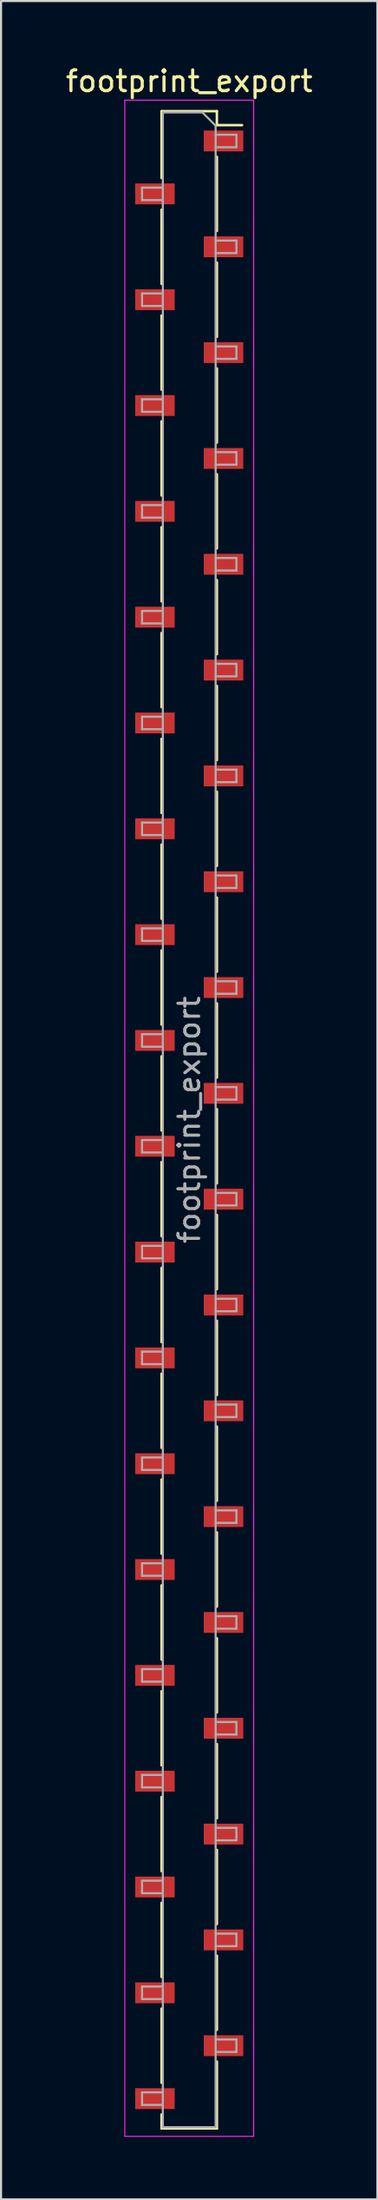
<source format=kicad_pcb>
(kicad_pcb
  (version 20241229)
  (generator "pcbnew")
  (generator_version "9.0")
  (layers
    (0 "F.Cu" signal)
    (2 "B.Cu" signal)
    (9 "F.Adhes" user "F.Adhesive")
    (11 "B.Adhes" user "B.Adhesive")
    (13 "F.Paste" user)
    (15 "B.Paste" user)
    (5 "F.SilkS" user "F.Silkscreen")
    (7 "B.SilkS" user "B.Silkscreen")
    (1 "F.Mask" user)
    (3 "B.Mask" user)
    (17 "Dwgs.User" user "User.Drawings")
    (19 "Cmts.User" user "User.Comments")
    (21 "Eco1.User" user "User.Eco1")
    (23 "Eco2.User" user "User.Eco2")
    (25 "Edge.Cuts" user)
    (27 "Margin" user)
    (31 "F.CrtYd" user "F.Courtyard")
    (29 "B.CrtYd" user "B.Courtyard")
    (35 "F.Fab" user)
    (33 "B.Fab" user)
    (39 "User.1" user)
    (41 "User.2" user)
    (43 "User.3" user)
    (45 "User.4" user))
  (footprint "footprint_export"
    (layer "F.Cu")
    (at 6.054 50.708)
    (property "Reference" "footprint_export" (at 0 -49.86 0) (layer "F.SilkS") (effects (font (size 1 1) (thickness 0.15))))
    (attr smd)
    (fp_line (start -1.33 -48.42) (end -1.33 -45.21) (stroke (width 0.12) (type solid)) (layer "F.SilkS"))
    (fp_line (start -1.33 -48.42) (end 1.33 -48.42) (stroke (width 0.12) (type solid)) (layer "F.SilkS"))
    (fp_line (start -1.33 -43.69) (end -1.33 -40.13) (stroke (width 0.12) (type solid)) (layer "F.SilkS"))
    (fp_line (start -1.33 -38.61) (end -1.33 -35.05) (stroke (width 0.12) (type solid)) (layer "F.SilkS"))
    (fp_line (start -1.33 -33.53) (end -1.33 -29.97) (stroke (width 0.12) (type solid)) (layer "F.SilkS"))
    (fp_line (start -1.33 -28.45) (end -1.33 -24.89) (stroke (width 0.12) (type solid)) (layer "F.SilkS"))
    (fp_line (start -1.33 -23.37) (end -1.33 -19.81) (stroke (width 0.12) (type solid)) (layer "F.SilkS"))
    (fp_line (start -1.33 -18.29) (end -1.33 -14.73) (stroke (width 0.12) (type solid)) (layer "F.SilkS"))
    (fp_line (start -1.33 -13.21) (end -1.33 -9.65) (stroke (width 0.12) (type solid)) (layer "F.SilkS"))
    (fp_line (start -1.33 -8.13) (end -1.33 -4.57) (stroke (width 0.12) (type solid)) (layer "F.SilkS"))
    (fp_line (start -1.33 -3.05) (end -1.33 0.51) (stroke (width 0.12) (type solid)) (layer "F.SilkS"))
    (fp_line (start -1.33 2.03) (end -1.33 5.59) (stroke (width 0.12) (type solid)) (layer "F.SilkS"))
    (fp_line (start -1.33 7.11) (end -1.33 10.67) (stroke (width 0.12) (type solid)) (layer "F.SilkS"))
    (fp_line (start -1.33 12.19) (end -1.33 15.75) (stroke (width 0.12) (type solid)) (layer "F.SilkS"))
    (fp_line (start -1.33 17.27) (end -1.33 20.83) (stroke (width 0.12) (type solid)) (layer "F.SilkS"))
    (fp_line (start -1.33 22.35) (end -1.33 25.91) (stroke (width 0.12) (type solid)) (layer "F.SilkS"))
    (fp_line (start -1.33 27.43) (end -1.33 30.99) (stroke (width 0.12) (type solid)) (layer "F.SilkS"))
    (fp_line (start -1.33 32.51) (end -1.33 36.07) (stroke (width 0.12) (type solid)) (layer "F.SilkS"))
    (fp_line (start -1.33 37.59) (end -1.33 41.15) (stroke (width 0.12) (type solid)) (layer "F.SilkS"))
    (fp_line (start -1.33 42.67) (end -1.33 46.23) (stroke (width 0.12) (type solid)) (layer "F.SilkS"))
    (fp_line (start -1.33 47.75) (end -1.33 48.42) (stroke (width 0.12) (type solid)) (layer "F.SilkS"))
    (fp_line (start -1.33 48.42) (end 1.33 48.42) (stroke (width 0.12) (type solid)) (layer "F.SilkS"))
    (fp_line (start 1.33 -48.42) (end 1.33 -47.75) (stroke (width 0.12) (type solid)) (layer "F.SilkS"))
    (fp_line (start 1.33 -47.75) (end 2.54 -47.75) (stroke (width 0.12) (type solid)) (layer "F.SilkS"))
    (fp_line (start 1.33 -46.23) (end 1.33 -42.67) (stroke (width 0.12) (type solid)) (layer "F.SilkS"))
    (fp_line (start 1.33 -41.15) (end 1.33 -37.59) (stroke (width 0.12) (type solid)) (layer "F.SilkS"))
    (fp_line (start 1.33 -36.07) (end 1.33 -32.51) (stroke (width 0.12) (type solid)) (layer "F.SilkS"))
    (fp_line (start 1.33 -30.99) (end 1.33 -27.43) (stroke (width 0.12) (type solid)) (layer "F.SilkS"))
    (fp_line (start 1.33 -25.91) (end 1.33 -22.35) (stroke (width 0.12) (type solid)) (layer "F.SilkS"))
    (fp_line (start 1.33 -20.83) (end 1.33 -17.27) (stroke (width 0.12) (type solid)) (layer "F.SilkS"))
    (fp_line (start 1.33 -15.75) (end 1.33 -12.19) (stroke (width 0.12) (type solid)) (layer "F.SilkS"))
    (fp_line (start 1.33 -10.67) (end 1.33 -7.11) (stroke (width 0.12) (type solid)) (layer "F.SilkS"))
    (fp_line (start 1.33 -5.59) (end 1.33 -2.03) (stroke (width 0.12) (type solid)) (layer "F.SilkS"))
    (fp_line (start 1.33 -0.51) (end 1.33 3.05) (stroke (width 0.12) (type solid)) (layer "F.SilkS"))
    (fp_line (start 1.33 4.57) (end 1.33 8.13) (stroke (width 0.12) (type solid)) (layer "F.SilkS"))
    (fp_line (start 1.33 9.65) (end 1.33 13.21) (stroke (width 0.12) (type solid)) (layer "F.SilkS"))
    (fp_line (start 1.33 14.73) (end 1.33 18.29) (stroke (width 0.12) (type solid)) (layer "F.SilkS"))
    (fp_line (start 1.33 19.81) (end 1.33 23.37) (stroke (width 0.12) (type solid)) (layer "F.SilkS"))
    (fp_line (start 1.33 24.89) (end 1.33 28.45) (stroke (width 0.12) (type solid)) (layer "F.SilkS"))
    (fp_line (start 1.33 29.97) (end 1.33 33.53) (stroke (width 0.12) (type solid)) (layer "F.SilkS"))
    (fp_line (start 1.33 35.05) (end 1.33 38.61) (stroke (width 0.12) (type solid)) (layer "F.SilkS"))
    (fp_line (start 1.33 40.13) (end 1.33 43.69) (stroke (width 0.12) (type solid)) (layer "F.SilkS"))
    (fp_line (start 1.33 45.21) (end 1.33 48.42) (stroke (width 0.12) (type solid)) (layer "F.SilkS"))
    (fp_line (start -3.1 -48.95) (end 3.1 -48.95) (stroke (width 0.05) (type solid)) (layer "F.CrtYd"))
    (fp_line (start -3.1 48.8) (end -3.1 -48.95) (stroke (width 0.05) (type solid)) (layer "F.CrtYd"))
    (fp_line (start 3.1 -48.95) (end 3.1 48.8) (stroke (width 0.05) (type solid)) (layer "F.CrtYd"))
    (fp_line (start 3.1 48.8) (end -3.1 48.8) (stroke (width 0.05) (type solid)) (layer "F.CrtYd"))
    (fp_line (start -2.27 -44.75) (end -1.27 -44.75) (stroke (width 0.1) (type solid)) (layer "F.Fab"))
    (fp_line (start -2.27 -44.15) (end -2.27 -44.75) (stroke (width 0.1) (type solid)) (layer "F.Fab"))
    (fp_line (start -2.27 -39.67) (end -1.27 -39.67) (stroke (width 0.1) (type solid)) (layer "F.Fab"))
    (fp_line (start -2.27 -39.07) (end -2.27 -39.67) (stroke (width 0.1) (type solid)) (layer "F.Fab"))
    (fp_line (start -2.27 -34.59) (end -1.27 -34.59) (stroke (width 0.1) (type solid)) (layer "F.Fab"))
    (fp_line (start -2.27 -33.99) (end -2.27 -34.59) (stroke (width 0.1) (type solid)) (layer "F.Fab"))
    (fp_line (start -2.27 -29.51) (end -1.27 -29.51) (stroke (width 0.1) (type solid)) (layer "F.Fab"))
    (fp_line (start -2.27 -28.91) (end -2.27 -29.51) (stroke (width 0.1) (type solid)) (layer "F.Fab"))
    (fp_line (start -2.27 -24.43) (end -1.27 -24.43) (stroke (width 0.1) (type solid)) (layer "F.Fab"))
    (fp_line (start -2.27 -23.83) (end -2.27 -24.43) (stroke (width 0.1) (type solid)) (layer "F.Fab"))
    (fp_line (start -2.27 -19.35) (end -1.27 -19.35) (stroke (width 0.1) (type solid)) (layer "F.Fab"))
    (fp_line (start -2.27 -18.75) (end -2.27 -19.35) (stroke (width 0.1) (type solid)) (layer "F.Fab"))
    (fp_line (start -2.27 -14.27) (end -1.27 -14.27) (stroke (width 0.1) (type solid)) (layer "F.Fab"))
    (fp_line (start -2.27 -13.67) (end -2.27 -14.27) (stroke (width 0.1) (type solid)) (layer "F.Fab"))
    (fp_line (start -2.27 -9.19) (end -1.27 -9.19) (stroke (width 0.1) (type solid)) (layer "F.Fab"))
    (fp_line (start -2.27 -8.59) (end -2.27 -9.19) (stroke (width 0.1) (type solid)) (layer "F.Fab"))
    (fp_line (start -2.27 -4.11) (end -1.27 -4.11) (stroke (width 0.1) (type solid)) (layer "F.Fab"))
    (fp_line (start -2.27 -3.51) (end -2.27 -4.11) (stroke (width 0.1) (type solid)) (layer "F.Fab"))
    (fp_line (start -2.27 0.97) (end -1.27 0.97) (stroke (width 0.1) (type solid)) (layer "F.Fab"))
    (fp_line (start -2.27 1.57) (end -2.27 0.97) (stroke (width 0.1) (type solid)) (layer "F.Fab"))
    (fp_line (start -2.27 6.05) (end -1.27 6.05) (stroke (width 0.1) (type solid)) (layer "F.Fab"))
    (fp_line (start -2.27 6.65) (end -2.27 6.05) (stroke (width 0.1) (type solid)) (layer "F.Fab"))
    (fp_line (start -2.27 11.13) (end -1.27 11.13) (stroke (width 0.1) (type solid)) (layer "F.Fab"))
    (fp_line (start -2.27 11.73) (end -2.27 11.13) (stroke (width 0.1) (type solid)) (layer "F.Fab"))
    (fp_line (start -2.27 16.21) (end -1.27 16.21) (stroke (width 0.1) (type solid)) (layer "F.Fab"))
    (fp_line (start -2.27 16.81) (end -2.27 16.21) (stroke (width 0.1) (type solid)) (layer "F.Fab"))
    (fp_line (start -2.27 21.29) (end -1.27 21.29) (stroke (width 0.1) (type solid)) (layer "F.Fab"))
    (fp_line (start -2.27 21.89) (end -2.27 21.29) (stroke (width 0.1) (type solid)) (layer "F.Fab"))
    (fp_line (start -2.27 26.37) (end -1.27 26.37) (stroke (width 0.1) (type solid)) (layer "F.Fab"))
    (fp_line (start -2.27 26.97) (end -2.27 26.37) (stroke (width 0.1) (type solid)) (layer "F.Fab"))
    (fp_line (start -2.27 31.45) (end -1.27 31.45) (stroke (width 0.1) (type solid)) (layer "F.Fab"))
    (fp_line (start -2.27 32.05) (end -2.27 31.45) (stroke (width 0.1) (type solid)) (layer "F.Fab"))
    (fp_line (start -2.27 36.53) (end -1.27 36.53) (stroke (width 0.1) (type solid)) (layer "F.Fab"))
    (fp_line (start -2.27 37.13) (end -2.27 36.53) (stroke (width 0.1) (type solid)) (layer "F.Fab"))
    (fp_line (start -2.27 41.61) (end -1.27 41.61) (stroke (width 0.1) (type solid)) (layer "F.Fab"))
    (fp_line (start -2.27 42.21) (end -2.27 41.61) (stroke (width 0.1) (type solid)) (layer "F.Fab"))
    (fp_line (start -2.27 46.69) (end -1.27 46.69) (stroke (width 0.1) (type solid)) (layer "F.Fab"))
    (fp_line (start -2.27 47.29) (end -2.27 46.69) (stroke (width 0.1) (type solid)) (layer "F.Fab"))
    (fp_line (start -1.27 -48.36) (end 0.635 -48.36) (stroke (width 0.1) (type solid)) (layer "F.Fab"))
    (fp_line (start -1.27 -44.15) (end -2.27 -44.15) (stroke (width 0.1) (type solid)) (layer "F.Fab"))
    (fp_line (start -1.27 -39.07) (end -2.27 -39.07) (stroke (width 0.1) (type solid)) (layer "F.Fab"))
    (fp_line (start -1.27 -33.99) (end -2.27 -33.99) (stroke (width 0.1) (type solid)) (layer "F.Fab"))
    (fp_line (start -1.27 -28.91) (end -2.27 -28.91) (stroke (width 0.1) (type solid)) (layer "F.Fab"))
    (fp_line (start -1.27 -23.83) (end -2.27 -23.83) (stroke (width 0.1) (type solid)) (layer "F.Fab"))
    (fp_line (start -1.27 -18.75) (end -2.27 -18.75) (stroke (width 0.1) (type solid)) (layer "F.Fab"))
    (fp_line (start -1.27 -13.67) (end -2.27 -13.67) (stroke (width 0.1) (type solid)) (layer "F.Fab"))
    (fp_line (start -1.27 -8.59) (end -2.27 -8.59) (stroke (width 0.1) (type solid)) (layer "F.Fab"))
    (fp_line (start -1.27 -3.51) (end -2.27 -3.51) (stroke (width 0.1) (type solid)) (layer "F.Fab"))
    (fp_line (start -1.27 1.57) (end -2.27 1.57) (stroke (width 0.1) (type solid)) (layer "F.Fab"))
    (fp_line (start -1.27 6.65) (end -2.27 6.65) (stroke (width 0.1) (type solid)) (layer "F.Fab"))
    (fp_line (start -1.27 11.73) (end -2.27 11.73) (stroke (width 0.1) (type solid)) (layer "F.Fab"))
    (fp_line (start -1.27 16.81) (end -2.27 16.81) (stroke (width 0.1) (type solid)) (layer "F.Fab"))
    (fp_line (start -1.27 21.89) (end -2.27 21.89) (stroke (width 0.1) (type solid)) (layer "F.Fab"))
    (fp_line (start -1.27 26.97) (end -2.27 26.97) (stroke (width 0.1) (type solid)) (layer "F.Fab"))
    (fp_line (start -1.27 32.05) (end -2.27 32.05) (stroke (width 0.1) (type solid)) (layer "F.Fab"))
    (fp_line (start -1.27 37.13) (end -2.27 37.13) (stroke (width 0.1) (type solid)) (layer "F.Fab"))
    (fp_line (start -1.27 42.21) (end -2.27 42.21) (stroke (width 0.1) (type solid)) (layer "F.Fab"))
    (fp_line (start -1.27 47.29) (end -2.27 47.29) (stroke (width 0.1) (type solid)) (layer "F.Fab"))
    (fp_line (start -1.27 48.36) (end -1.27 -48.36) (stroke (width 0.1) (type solid)) (layer "F.Fab"))
    (fp_line (start 0.635 -48.36) (end 1.27 -47.725) (stroke (width 0.1) (type solid)) (layer "F.Fab"))
    (fp_line (start 1.27 -47.725) (end 1.27 48.36) (stroke (width 0.1) (type solid)) (layer "F.Fab"))
    (fp_line (start 1.27 -47.29) (end 2.27 -47.29) (stroke (width 0.1) (type solid)) (layer "F.Fab"))
    (fp_line (start 1.27 -42.21) (end 2.27 -42.21) (stroke (width 0.1) (type solid)) (layer "F.Fab"))
    (fp_line (start 1.27 -37.13) (end 2.27 -37.13) (stroke (width 0.1) (type solid)) (layer "F.Fab"))
    (fp_line (start 1.27 -32.05) (end 2.27 -32.05) (stroke (width 0.1) (type solid)) (layer "F.Fab"))
    (fp_line (start 1.27 -26.97) (end 2.27 -26.97) (stroke (width 0.1) (type solid)) (layer "F.Fab"))
    (fp_line (start 1.27 -21.89) (end 2.27 -21.89) (stroke (width 0.1) (type solid)) (layer "F.Fab"))
    (fp_line (start 1.27 -16.81) (end 2.27 -16.81) (stroke (width 0.1) (type solid)) (layer "F.Fab"))
    (fp_line (start 1.27 -11.73) (end 2.27 -11.73) (stroke (width 0.1) (type solid)) (layer "F.Fab"))
    (fp_line (start 1.27 -6.65) (end 2.27 -6.65) (stroke (width 0.1) (type solid)) (layer "F.Fab"))
    (fp_line (start 1.27 -1.57) (end 2.27 -1.57) (stroke (width 0.1) (type solid)) (layer "F.Fab"))
    (fp_line (start 1.27 3.51) (end 2.27 3.51) (stroke (width 0.1) (type solid)) (layer "F.Fab"))
    (fp_line (start 1.27 8.59) (end 2.27 8.59) (stroke (width 0.1) (type solid)) (layer "F.Fab"))
    (fp_line (start 1.27 13.67) (end 2.27 13.67) (stroke (width 0.1) (type solid)) (layer "F.Fab"))
    (fp_line (start 1.27 18.75) (end 2.27 18.75) (stroke (width 0.1) (type solid)) (layer "F.Fab"))
    (fp_line (start 1.27 23.83) (end 2.27 23.83) (stroke (width 0.1) (type solid)) (layer "F.Fab"))
    (fp_line (start 1.27 28.91) (end 2.27 28.91) (stroke (width 0.1) (type solid)) (layer "F.Fab"))
    (fp_line (start 1.27 33.99) (end 2.27 33.99) (stroke (width 0.1) (type solid)) (layer "F.Fab"))
    (fp_line (start 1.27 39.07) (end 2.27 39.07) (stroke (width 0.1) (type solid)) (layer "F.Fab"))
    (fp_line (start 1.27 44.15) (end 2.27 44.15) (stroke (width 0.1) (type solid)) (layer "F.Fab"))
    (fp_line (start 1.27 48.36) (end -1.27 48.36) (stroke (width 0.1) (type solid)) (layer "F.Fab"))
    (fp_line (start 2.27 -47.29) (end 2.27 -46.69) (stroke (width 0.1) (type solid)) (layer "F.Fab"))
    (fp_line (start 2.27 -46.69) (end 1.27 -46.69) (stroke (width 0.1) (type solid)) (layer "F.Fab"))
    (fp_line (start 2.27 -42.21) (end 2.27 -41.61) (stroke (width 0.1) (type solid)) (layer "F.Fab"))
    (fp_line (start 2.27 -41.61) (end 1.27 -41.61) (stroke (width 0.1) (type solid)) (layer "F.Fab"))
    (fp_line (start 2.27 -37.13) (end 2.27 -36.53) (stroke (width 0.1) (type solid)) (layer "F.Fab"))
    (fp_line (start 2.27 -36.53) (end 1.27 -36.53) (stroke (width 0.1) (type solid)) (layer "F.Fab"))
    (fp_line (start 2.27 -32.05) (end 2.27 -31.45) (stroke (width 0.1) (type solid)) (layer "F.Fab"))
    (fp_line (start 2.27 -31.45) (end 1.27 -31.45) (stroke (width 0.1) (type solid)) (layer "F.Fab"))
    (fp_line (start 2.27 -26.97) (end 2.27 -26.37) (stroke (width 0.1) (type solid)) (layer "F.Fab"))
    (fp_line (start 2.27 -26.37) (end 1.27 -26.37) (stroke (width 0.1) (type solid)) (layer "F.Fab"))
    (fp_line (start 2.27 -21.89) (end 2.27 -21.29) (stroke (width 0.1) (type solid)) (layer "F.Fab"))
    (fp_line (start 2.27 -21.29) (end 1.27 -21.29) (stroke (width 0.1) (type solid)) (layer "F.Fab"))
    (fp_line (start 2.27 -16.81) (end 2.27 -16.21) (stroke (width 0.1) (type solid)) (layer "F.Fab"))
    (fp_line (start 2.27 -16.21) (end 1.27 -16.21) (stroke (width 0.1) (type solid)) (layer "F.Fab"))
    (fp_line (start 2.27 -11.73) (end 2.27 -11.13) (stroke (width 0.1) (type solid)) (layer "F.Fab"))
    (fp_line (start 2.27 -11.13) (end 1.27 -11.13) (stroke (width 0.1) (type solid)) (layer "F.Fab"))
    (fp_line (start 2.27 -6.65) (end 2.27 -6.05) (stroke (width 0.1) (type solid)) (layer "F.Fab"))
    (fp_line (start 2.27 -6.05) (end 1.27 -6.05) (stroke (width 0.1) (type solid)) (layer "F.Fab"))
    (fp_line (start 2.27 -1.57) (end 2.27 -0.97) (stroke (width 0.1) (type solid)) (layer "F.Fab"))
    (fp_line (start 2.27 -0.97) (end 1.27 -0.97) (stroke (width 0.1) (type solid)) (layer "F.Fab"))
    (fp_line (start 2.27 3.51) (end 2.27 4.11) (stroke (width 0.1) (type solid)) (layer "F.Fab"))
    (fp_line (start 2.27 4.11) (end 1.27 4.11) (stroke (width 0.1) (type solid)) (layer "F.Fab"))
    (fp_line (start 2.27 8.59) (end 2.27 9.19) (stroke (width 0.1) (type solid)) (layer "F.Fab"))
    (fp_line (start 2.27 9.19) (end 1.27 9.19) (stroke (width 0.1) (type solid)) (layer "F.Fab"))
    (fp_line (start 2.27 13.67) (end 2.27 14.27) (stroke (width 0.1) (type solid)) (layer "F.Fab"))
    (fp_line (start 2.27 14.27) (end 1.27 14.27) (stroke (width 0.1) (type solid)) (layer "F.Fab"))
    (fp_line (start 2.27 18.75) (end 2.27 19.35) (stroke (width 0.1) (type solid)) (layer "F.Fab"))
    (fp_line (start 2.27 19.35) (end 1.27 19.35) (stroke (width 0.1) (type solid)) (layer "F.Fab"))
    (fp_line (start 2.27 23.83) (end 2.27 24.43) (stroke (width 0.1) (type solid)) (layer "F.Fab"))
    (fp_line (start 2.27 24.43) (end 1.27 24.43) (stroke (width 0.1) (type solid)) (layer "F.Fab"))
    (fp_line (start 2.27 28.91) (end 2.27 29.51) (stroke (width 0.1) (type solid)) (layer "F.Fab"))
    (fp_line (start 2.27 29.51) (end 1.27 29.51) (stroke (width 0.1) (type solid)) (layer "F.Fab"))
    (fp_line (start 2.27 33.99) (end 2.27 34.59) (stroke (width 0.1) (type solid)) (layer "F.Fab"))
    (fp_line (start 2.27 34.59) (end 1.27 34.59) (stroke (width 0.1) (type solid)) (layer "F.Fab"))
    (fp_line (start 2.27 39.07) (end 2.27 39.67) (stroke (width 0.1) (type solid)) (layer "F.Fab"))
    (fp_line (start 2.27 39.67) (end 1.27 39.67) (stroke (width 0.1) (type solid)) (layer "F.Fab"))
    (fp_line (start 2.27 44.15) (end 2.27 44.75) (stroke (width 0.1) (type solid)) (layer "F.Fab"))
    (fp_line (start 2.27 44.75) (end 1.27 44.75) (stroke (width 0.1) (type solid)) (layer "F.Fab"))
    (fp_text user "${REFERENCE}" (at 0 0 90) (layer "F.Fab") (effects (font (size 1 1) (thickness 0.15))))
    (pad "1" smd rect (at 1.65 -46.99) (size 1.9 1) (layers "F.Cu" "F.Mask" "F.Paste"))
    (pad "2" smd rect (at -1.65 -44.45) (size 1.9 1) (layers "F.Cu" "F.Mask" "F.Paste"))
    (pad "3" smd rect (at 1.65 -41.91) (size 1.9 1) (layers "F.Cu" "F.Mask" "F.Paste"))
    (pad "4" smd rect (at -1.65 -39.37) (size 1.9 1) (layers "F.Cu" "F.Mask" "F.Paste"))
    (pad "5" smd rect (at 1.65 -36.83) (size 1.9 1) (layers "F.Cu" "F.Mask" "F.Paste"))
    (pad "6" smd rect (at -1.65 -34.29) (size 1.9 1) (layers "F.Cu" "F.Mask" "F.Paste"))
    (pad "7" smd rect (at 1.65 -31.75) (size 1.9 1) (layers "F.Cu" "F.Mask" "F.Paste"))
    (pad "8" smd rect (at -1.65 -29.21) (size 1.9 1) (layers "F.Cu" "F.Mask" "F.Paste"))
    (pad "9" smd rect (at 1.65 -26.67) (size 1.9 1) (layers "F.Cu" "F.Mask" "F.Paste"))
    (pad "10" smd rect (at -1.65 -24.13) (size 1.9 1) (layers "F.Cu" "F.Mask" "F.Paste"))
    (pad "11" smd rect (at 1.65 -21.59) (size 1.9 1) (layers "F.Cu" "F.Mask" "F.Paste"))
    (pad "12" smd rect (at -1.65 -19.05) (size 1.9 1) (layers "F.Cu" "F.Mask" "F.Paste"))
    (pad "13" smd rect (at 1.65 -16.51) (size 1.9 1) (layers "F.Cu" "F.Mask" "F.Paste"))
    (pad "14" smd rect (at -1.65 -13.97) (size 1.9 1) (layers "F.Cu" "F.Mask" "F.Paste"))
    (pad "15" smd rect (at 1.65 -11.43) (size 1.9 1) (layers "F.Cu" "F.Mask" "F.Paste"))
    (pad "16" smd rect (at -1.65 -8.89) (size 1.9 1) (layers "F.Cu" "F.Mask" "F.Paste"))
    (pad "17" smd rect (at 1.65 -6.35) (size 1.9 1) (layers "F.Cu" "F.Mask" "F.Paste"))
    (pad "18" smd rect (at -1.65 -3.81) (size 1.9 1) (layers "F.Cu" "F.Mask" "F.Paste"))
    (pad "19" smd rect (at 1.65 -1.27) (size 1.9 1) (layers "F.Cu" "F.Mask" "F.Paste"))
    (pad "20" smd rect (at -1.65 1.27) (size 1.9 1) (layers "F.Cu" "F.Mask" "F.Paste"))
    (pad "21" smd rect (at 1.65 3.81) (size 1.9 1) (layers "F.Cu" "F.Mask" "F.Paste"))
    (pad "22" smd rect (at -1.65 6.35) (size 1.9 1) (layers "F.Cu" "F.Mask" "F.Paste"))
    (pad "23" smd rect (at 1.65 8.89) (size 1.9 1) (layers "F.Cu" "F.Mask" "F.Paste"))
    (pad "24" smd rect (at -1.65 11.43) (size 1.9 1) (layers "F.Cu" "F.Mask" "F.Paste"))
    (pad "25" smd rect (at 1.65 13.97) (size 1.9 1) (layers "F.Cu" "F.Mask" "F.Paste"))
    (pad "26" smd rect (at -1.65 16.51) (size 1.9 1) (layers "F.Cu" "F.Mask" "F.Paste"))
    (pad "27" smd rect (at 1.65 19.05) (size 1.9 1) (layers "F.Cu" "F.Mask" "F.Paste"))
    (pad "28" smd rect (at -1.65 21.59) (size 1.9 1) (layers "F.Cu" "F.Mask" "F.Paste"))
    (pad "29" smd rect (at 1.65 24.13) (size 1.9 1) (layers "F.Cu" "F.Mask" "F.Paste"))
    (pad "30" smd rect (at -1.65 26.67) (size 1.9 1) (layers "F.Cu" "F.Mask" "F.Paste"))
    (pad "31" smd rect (at 1.65 29.21) (size 1.9 1) (layers "F.Cu" "F.Mask" "F.Paste"))
    (pad "32" smd rect (at -1.65 31.75) (size 1.9 1) (layers "F.Cu" "F.Mask" "F.Paste"))
    (pad "33" smd rect (at 1.65 34.29) (size 1.9 1) (layers "F.Cu" "F.Mask" "F.Paste"))
    (pad "34" smd rect (at -1.65 36.83) (size 1.9 1) (layers "F.Cu" "F.Mask" "F.Paste"))
    (pad "35" smd rect (at 1.65 39.37) (size 1.9 1) (layers "F.Cu" "F.Mask" "F.Paste"))
    (pad "36" smd rect (at -1.65 41.91) (size 1.9 1) (layers "F.Cu" "F.Mask" "F.Paste"))
    (pad "37" smd rect (at 1.65 44.45) (size 1.9 1) (layers "F.Cu" "F.Mask" "F.Paste"))
    (pad "38" smd rect (at -1.65 46.99) (size 1.9 1) (layers "F.Cu" "F.Mask" "F.Paste")))
  (gr_rect
    (start -3 -3)
    (end 15.107 102.533)
    (stroke (width 0.1) (type default))
    (fill no)
    (layer "Edge.Cuts")))
</source>
